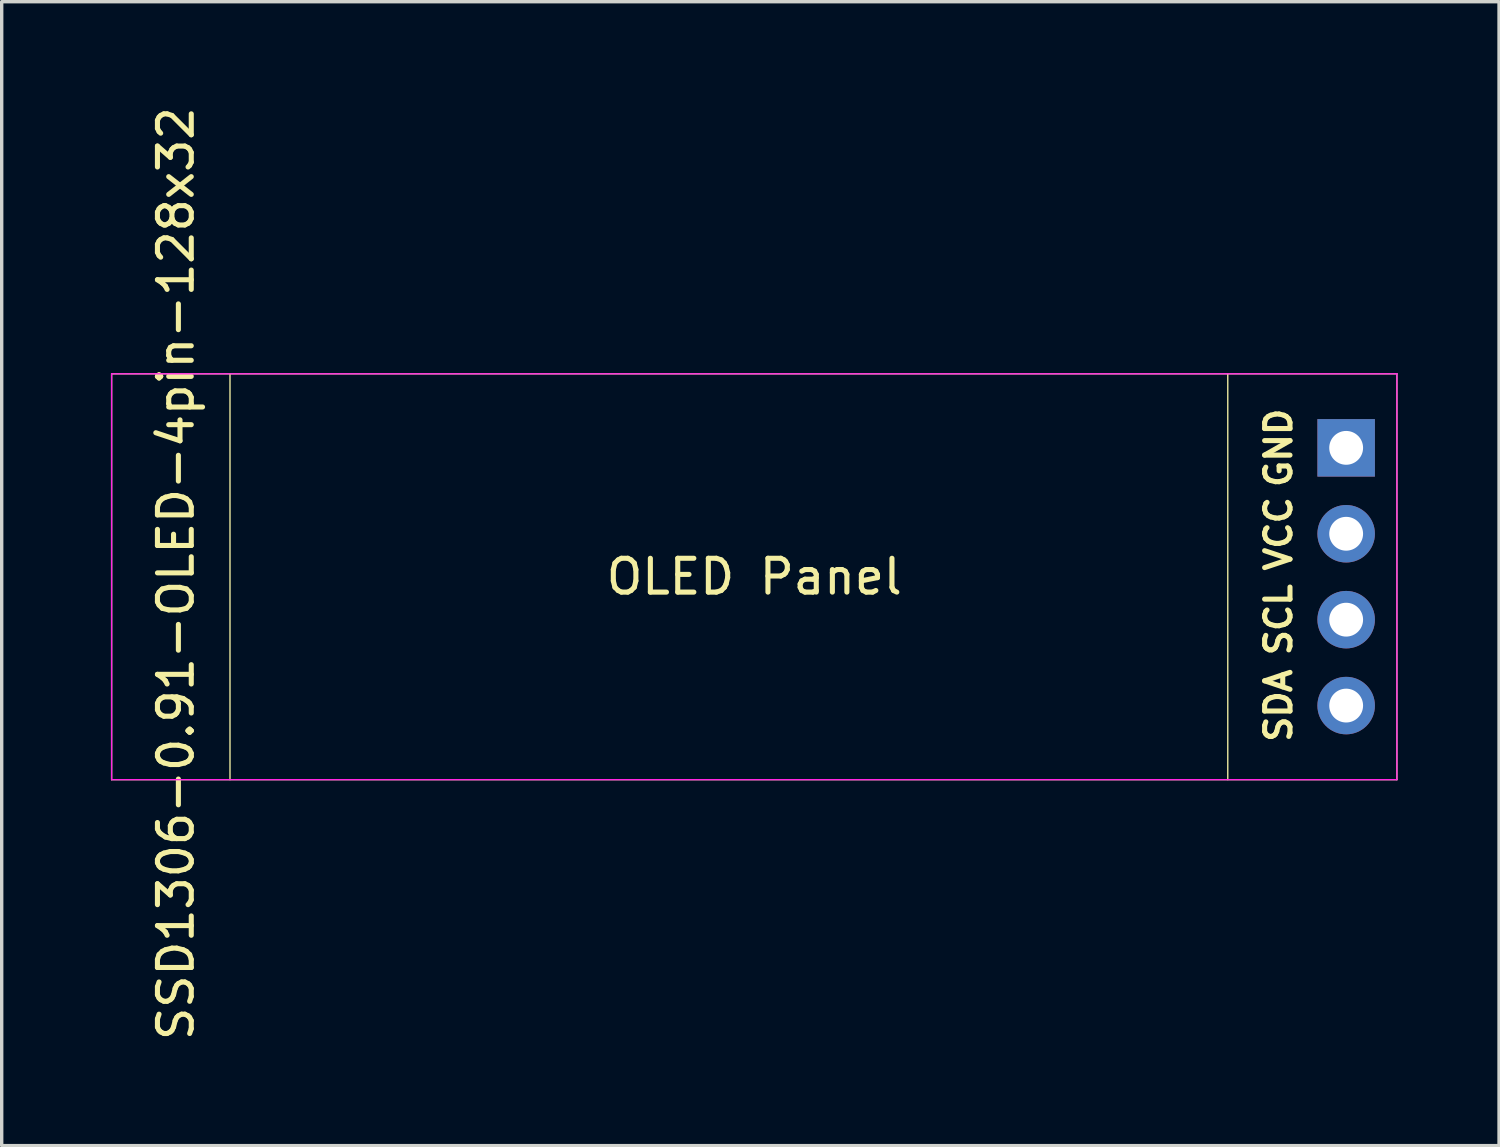
<source format=kicad_pcb>
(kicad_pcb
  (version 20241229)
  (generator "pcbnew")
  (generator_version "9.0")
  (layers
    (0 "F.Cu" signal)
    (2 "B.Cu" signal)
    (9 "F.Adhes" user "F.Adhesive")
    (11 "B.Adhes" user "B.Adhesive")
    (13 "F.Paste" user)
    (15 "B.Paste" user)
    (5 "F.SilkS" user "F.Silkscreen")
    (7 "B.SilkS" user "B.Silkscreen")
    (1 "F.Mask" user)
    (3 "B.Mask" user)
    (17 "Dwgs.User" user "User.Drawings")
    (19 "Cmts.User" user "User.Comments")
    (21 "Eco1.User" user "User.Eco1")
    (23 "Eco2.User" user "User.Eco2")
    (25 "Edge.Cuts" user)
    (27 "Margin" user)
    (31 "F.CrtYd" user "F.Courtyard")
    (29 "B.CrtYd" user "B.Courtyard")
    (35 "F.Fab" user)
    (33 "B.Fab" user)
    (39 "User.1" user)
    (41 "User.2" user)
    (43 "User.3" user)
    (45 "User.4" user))
  (footprint "SSD1306-0.91-OLED-4pin-128x32"
    (layer "F.Cu")
    (at 0.25 8.001)
    (property "Reference" "SSD1306-0.91-OLED-4pin-128x32" (at 1.9 5.91 90) (layer "F.SilkS") (effects (font (size 1 1) (thickness 0.15))))
    (attr through_hole)
    (fp_line (start 0 0) (end 0 12) (stroke (width 0.04) (type solid)) (layer "F.SilkS"))
    (fp_line (start 0 12) (end 38 12) (stroke (width 0.04) (type solid)) (layer "F.SilkS"))
    (fp_line (start 3.5 0) (end 3.5 12) (stroke (width 0.04) (type solid)) (layer "F.SilkS"))
    (fp_line (start 33 0) (end 33 12) (stroke (width 0.04) (type solid)) (layer "F.SilkS"))
    (fp_line (start 38 0) (end 0 0) (stroke (width 0.04) (type solid)) (layer "F.SilkS"))
    (fp_line (start 38 12) (end 38 0) (stroke (width 0.04) (type solid)) (layer "F.SilkS"))
    (fp_line (start 0 0) (end 0 12) (stroke (width 0.04) (type solid)) (layer "F.CrtYd"))
    (fp_line (start 0 12) (end 38 12) (stroke (width 0.04) (type solid)) (layer "F.CrtYd"))
    (fp_line (start 38 0) (end 0 0) (stroke (width 0.04) (type solid)) (layer "F.CrtYd"))
    (fp_line (start 38 12) (end 38 0) (stroke (width 0.04) (type solid)) (layer "F.CrtYd"))
    (fp_text user "OLED Panel" (at 19 6 0) (layer "F.SilkS") (effects (font (size 1 1) (thickness 0.15))))
    (fp_text user "SDA" (at 34.5 9.81 270) (layer "F.SilkS") (effects (font (size 0.75 0.75) (thickness 0.15))))
    (fp_text user "SCL" (at 34.5 7.27 270) (layer "F.SilkS") (effects (font (size 0.75 0.75) (thickness 0.15))))
    (fp_text user "GND" (at 34.5 2.19 270) (layer "F.SilkS") (effects (font (size 0.75 0.75) (thickness 0.15))))
    (fp_text user "VCC" (at 34.5 4.73 270) (layer "F.SilkS") (effects (font (size 0.75 0.75) (thickness 0.15))))
    (pad "1" thru_hole rect (at 36.5 2.19) (size 1.7 1.7) (drill 1) (layers "*.Cu" "*.Mask"))
    (pad "2" thru_hole oval (at 36.5 4.73) (size 1.7 1.7) (drill 1) (layers "*.Cu" "*.Mask"))
    (pad "3" thru_hole oval (at 36.5 7.27) (size 1.7 1.7) (drill 1) (layers "*.Cu" "*.Mask"))
    (pad "4" thru_hole oval (at 36.5 9.81) (size 1.7 1.7) (drill 1) (layers "*.Cu" "*.Mask")))
  (gr_rect
    (start -3 -3)
    (end 41.27 30.821)
    (stroke (width 0.1) (type default))
    (fill no)
    (layer "Edge.Cuts")))
</source>
